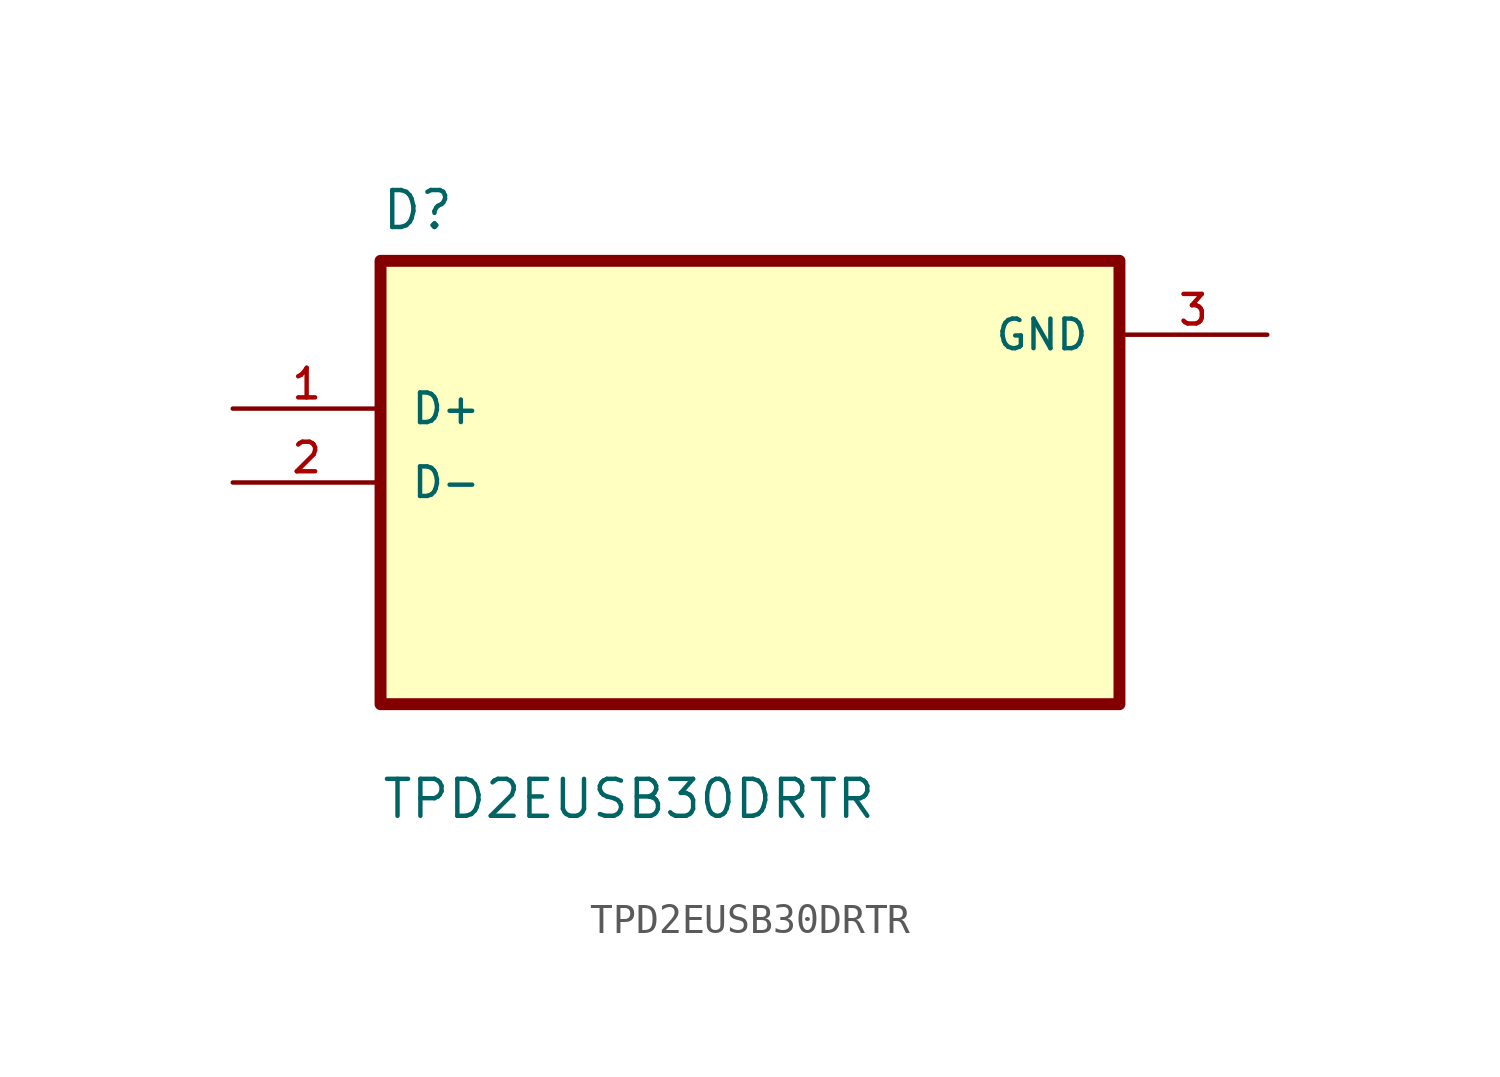
<source format=kicad_sym>
(kicad_symbol_lib
  (version 20211014)
  (generator kicad_symbol_editor)
  (symbol "TPD2EUSB30DRTR"
    (pin_names
      (offset 1.016))
    (property "Reference" "D"
      (at -12.7 8.62 0.0)
      (effects (font (size 1.27 1.27)) (justify bottom left)))
    (property "Value" "TPD2EUSB30DRTR"
      (at -12.7 -11.62 0.0)
      (effects (font (size 1.27 1.27)) (justify bottom left)))
    (symbol "TPD2EUSB30DRTR_0_0"
      (rectangle (start -12.7 -7.62) (end 12.7 7.62) (stroke (width 0.41)) (fill (type background)))
      (pin bidirectional line (at -17.78 2.54 0) (length 5.08) (name "D+" (effects (font (size 1.016 1.016)))) (number "1" (effects (font (size 1.016 1.016)))))
      (pin bidirectional line (at -17.78 0.0 0) (length 5.08) (name "D-" (effects (font (size 1.016 1.016)))) (number "2" (effects (font (size 1.016 1.016)))))
      (pin power_in line (at 17.78 5.08 180.0) (length 5.08) (name "GND" (effects (font (size 1.016 1.016)))) (number "3" (effects (font (size 1.016 1.016))))))))
</source>
